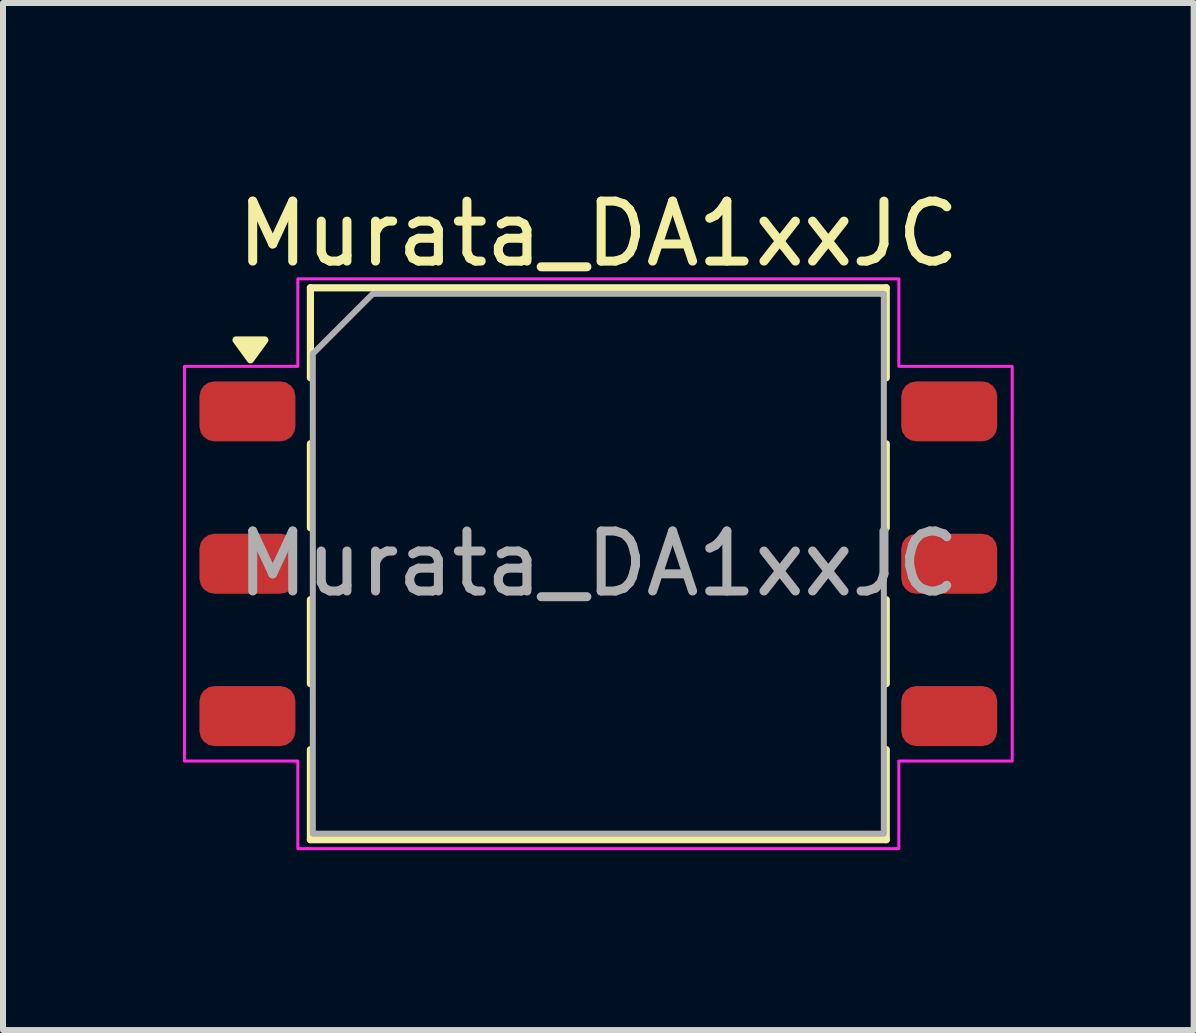
<source format=kicad_pcb>
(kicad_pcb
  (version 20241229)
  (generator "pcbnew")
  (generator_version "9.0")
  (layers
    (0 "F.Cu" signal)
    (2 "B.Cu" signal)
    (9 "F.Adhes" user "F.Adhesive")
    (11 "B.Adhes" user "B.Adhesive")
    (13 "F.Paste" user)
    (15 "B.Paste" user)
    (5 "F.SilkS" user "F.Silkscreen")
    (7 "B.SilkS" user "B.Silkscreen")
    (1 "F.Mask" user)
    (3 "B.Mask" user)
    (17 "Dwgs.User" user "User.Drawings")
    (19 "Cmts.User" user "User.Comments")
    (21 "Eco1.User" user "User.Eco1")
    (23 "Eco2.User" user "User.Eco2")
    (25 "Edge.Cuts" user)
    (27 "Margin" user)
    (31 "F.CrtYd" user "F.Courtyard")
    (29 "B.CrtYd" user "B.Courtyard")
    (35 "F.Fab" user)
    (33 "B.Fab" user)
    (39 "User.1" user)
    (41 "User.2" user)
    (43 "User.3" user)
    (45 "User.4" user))
  (footprint "Murata_DA1xxJC"
    (layer "F.Cu")
    (at 6.925 6.348)
    (property "Reference" "Murata_DA1xxJC" (at 0 -5.5 0) (unlocked yes) (layer "F.SilkS") (effects (font (size 1 1) (thickness 0.15))))
    (attr smd)
    (fp_line (start -4.8 -4.6) (end -4.8 -3.1) (stroke (width 0.12) (type default)) (layer "F.SilkS"))
    (fp_line (start -4.8 -4.6) (end 4.8 -4.6) (stroke (width 0.12) (type default)) (layer "F.SilkS"))
    (fp_line (start -4.8 -2) (end -4.8 -0.6) (stroke (width 0.12) (type default)) (layer "F.SilkS"))
    (fp_line (start -4.8 0.6) (end -4.8 2) (stroke (width 0.12) (type default)) (layer "F.SilkS"))
    (fp_line (start -4.8 3.1) (end -4.8 4.6) (stroke (width 0.12) (type default)) (layer "F.SilkS"))
    (fp_line (start -4.8 4.6) (end 4.8 4.6) (stroke (width 0.12) (type default)) (layer "F.SilkS"))
    (fp_line (start 4.8 -4.6) (end 4.8 -3.1) (stroke (width 0.12) (type default)) (layer "F.SilkS"))
    (fp_line (start 4.8 -2) (end 4.8 -0.6) (stroke (width 0.12) (type default)) (layer "F.SilkS"))
    (fp_line (start 4.8 0.6) (end 4.8 2) (stroke (width 0.12) (type default)) (layer "F.SilkS"))
    (fp_line (start 4.8 4.6) (end 4.8 3.1) (stroke (width 0.12) (type default)) (layer "F.SilkS"))
    (fp_poly (pts (xy -5.8 -3.4) (xy -6.04 -3.73) (xy -5.56 -3.73) (xy -5.8 -3.4)) (stroke (width 0.12) (type solid)) (fill yes) (layer "F.SilkS"))
    (fp_poly (pts (xy 5.01 3.29) (xy 6.9 3.29) (xy 6.9 -3.29) (xy 5.01 -3.29) (xy 5.01 -4.75) (xy -5.01 -4.75) (xy -5.01 -3.29) (xy -6.9 -3.29) (xy -6.9 3.29) (xy -5.01 3.29) (xy -5.01 4.75) (xy 5.01 4.75)) (stroke (width 0.05) (type solid)) (fill no) (layer "F.CrtYd"))
    (fp_poly (pts (xy 4.76 -4.5) (xy -3.76 -4.5) (xy -4.76 -3.5) (xy -4.76 4.5) (xy 4.76 4.5)) (stroke (width 0.1) (type solid)) (fill no) (layer "F.Fab"))
    (fp_text user "${REFERENCE}" (at 0 0 0) (unlocked yes) (layer "F.Fab") (effects (font (size 1 1) (thickness 0.15))))
    (pad "1" smd roundrect (at -5.85 -2.54) (size 1.6 1) (layers "F.Cu" "F.Mask" "F.Paste") (roundrect_rratio 0.25))
    (pad "2" smd roundrect (at -5.85 0) (size 1.6 1) (layers "F.Cu" "F.Mask" "F.Paste") (roundrect_rratio 0.25))
    (pad "3" smd roundrect (at -5.85 2.54) (size 1.6 1) (layers "F.Cu" "F.Mask" "F.Paste") (roundrect_rratio 0.25))
    (pad "4" smd roundrect (at 5.85 2.54) (size 1.6 1) (layers "F.Cu" "F.Mask" "F.Paste") (roundrect_rratio 0.25))
    (pad "5" smd roundrect (at 5.85 0) (size 1.6 1) (layers "F.Cu" "F.Mask" "F.Paste") (roundrect_rratio 0.25))
    (pad "6" smd roundrect (at 5.85 -2.54) (size 1.6 1) (layers "F.Cu" "F.Mask" "F.Paste") (roundrect_rratio 0.25)))
  (gr_rect
    (start -3 -3)
    (end 16.85 14.123)
    (stroke (width 0.1) (type default))
    (fill no)
    (layer "Edge.Cuts")))
</source>
